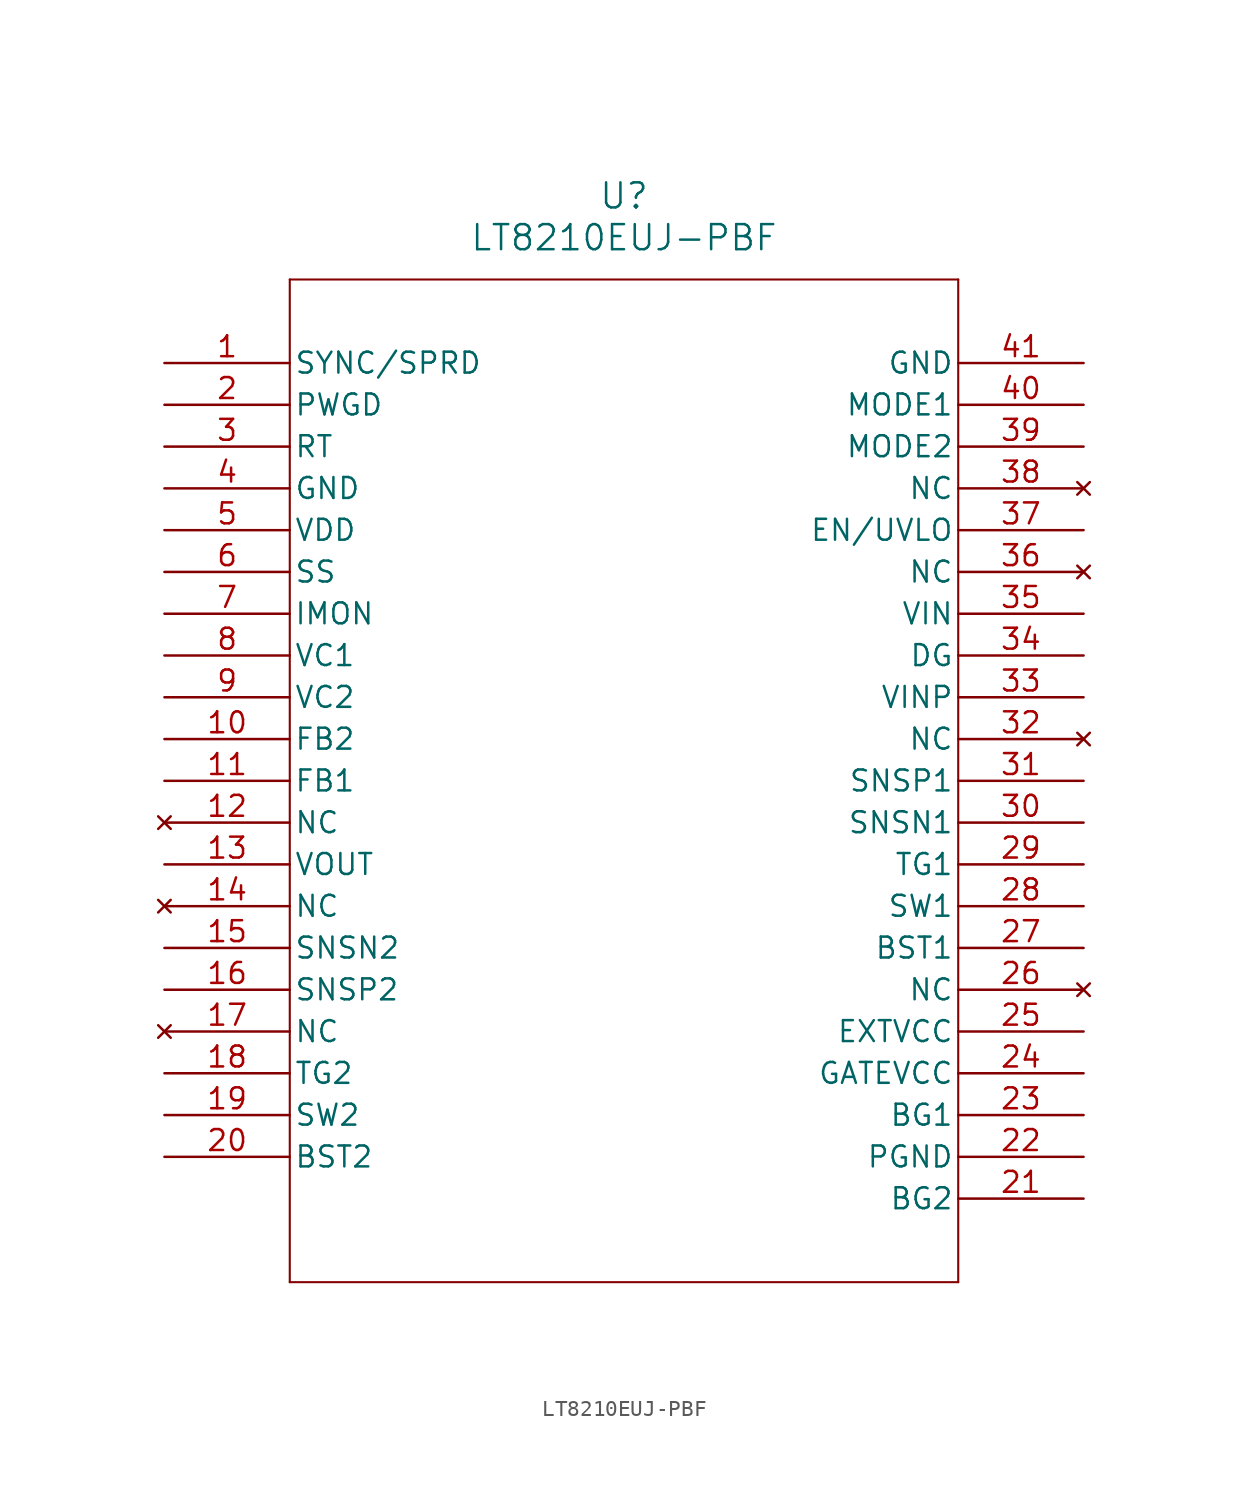
<source format=kicad_sym>
(kicad_symbol_lib
  (version 20211014)
  (generator kicad_symbol_editor)
  (symbol "LT8210EUJ-PBF"
    (pin_names
      (offset 0.254))
    (property "Reference" "U"
      (at 27.94 10.16 0)
      (effects (font (size 1.524 1.524))))
    (property "Value" "LT8210EUJ-PBF"
      (at 27.94 7.62 0)
      (effects (font (size 1.524 1.524))))
    (symbol "LT8210EUJ-PBF_0_1"
      (polyline (pts (xy 7.62 5.08) (xy 7.62 -55.88)) (stroke (width 0.127) (type default) (color 0 0 0 0)) (fill (type none)))
      (polyline (pts (xy 7.62 -55.88) (xy 48.26 -55.88)) (stroke (width 0.127) (type default) (color 0 0 0 0)) (fill (type none)))
      (polyline (pts (xy 48.26 -55.88) (xy 48.26 5.08)) (stroke (width 0.127) (type default) (color 0 0 0 0)) (fill (type none)))
      (polyline (pts (xy 48.26 5.08) (xy 7.62 5.08)) (stroke (width 0.127) (type default) (color 0 0 0 0)) (fill (type none)))
      (pin input line (at 0 0 0) (length 7.62) (name "SYNC/SPRD" (effects (font (size 1.27 1.27)))) (number "1" (effects (font (size 1.27 1.27)))))
      (pin output line (at 0 -2.54 0) (length 7.62) (name "PWGD" (effects (font (size 1.27 1.27)))) (number "2" (effects (font (size 1.27 1.27)))))
      (pin input line (at 0 -5.08 0) (length 7.62) (name "RT" (effects (font (size 1.27 1.27)))) (number "3" (effects (font (size 1.27 1.27)))))
      (pin power_out line (at 0 -7.62 0) (length 7.62) (name "GND" (effects (font (size 1.27 1.27)))) (number "4" (effects (font (size 1.27 1.27)))))
      (pin power_in line (at 0 -10.16 0) (length 7.62) (name "VDD" (effects (font (size 1.27 1.27)))) (number "5" (effects (font (size 1.27 1.27)))))
      (pin input line (at 0 -12.7 0) (length 7.62) (name "SS" (effects (font (size 1.27 1.27)))) (number "6" (effects (font (size 1.27 1.27)))))
      (pin output line (at 0 -15.24 0) (length 7.62) (name "IMON" (effects (font (size 1.27 1.27)))) (number "7" (effects (font (size 1.27 1.27)))))
      (pin output line (at 0 -17.78 0) (length 7.62) (name "VC1" (effects (font (size 1.27 1.27)))) (number "8" (effects (font (size 1.27 1.27)))))
      (pin output line (at 0 -20.32 0) (length 7.62) (name "VC2" (effects (font (size 1.27 1.27)))) (number "9" (effects (font (size 1.27 1.27)))))
      (pin input line (at 0 -22.86 0) (length 7.62) (name "FB2" (effects (font (size 1.27 1.27)))) (number "10" (effects (font (size 1.27 1.27)))))
      (pin input line (at 0 -25.4 0) (length 7.62) (name "FB1" (effects (font (size 1.27 1.27)))) (number "11" (effects (font (size 1.27 1.27)))))
      (pin no_connect line (at 0 -27.94 0) (length 7.62) (name "NC" (effects (font (size 1.27 1.27)))) (number "12" (effects (font (size 1.27 1.27)))))
      (pin output line (at 0 -30.48 0) (length 7.62) (name "VOUT" (effects (font (size 1.27 1.27)))) (number "13" (effects (font (size 1.27 1.27)))))
      (pin no_connect line (at 0 -33.02 0) (length 7.62) (name "NC" (effects (font (size 1.27 1.27)))) (number "14" (effects (font (size 1.27 1.27)))))
      (pin input line (at 0 -35.56 0) (length 7.62) (name "SNSN2" (effects (font (size 1.27 1.27)))) (number "15" (effects (font (size 1.27 1.27)))))
      (pin input line (at 0 -38.1 0) (length 7.62) (name "SNSP2" (effects (font (size 1.27 1.27)))) (number "16" (effects (font (size 1.27 1.27)))))
      (pin no_connect line (at 0 -40.64 0) (length 7.62) (name "NC" (effects (font (size 1.27 1.27)))) (number "17" (effects (font (size 1.27 1.27)))))
      (pin power_in line (at 0 -43.18 0) (length 7.62) (name "TG2" (effects (font (size 1.27 1.27)))) (number "18" (effects (font (size 1.27 1.27)))))
      (pin bidirectional line (at 0 -45.72 0) (length 7.62) (name "SW2" (effects (font (size 1.27 1.27)))) (number "19" (effects (font (size 1.27 1.27)))))
      (pin power_in line (at 0 -48.26 0) (length 7.62) (name "BST2" (effects (font (size 1.27 1.27)))) (number "20" (effects (font (size 1.27 1.27)))))
      (pin power_in line (at 55.88 -50.8 180) (length 7.62) (name "BG2" (effects (font (size 1.27 1.27)))) (number "21" (effects (font (size 1.27 1.27)))))
      (pin power_out line (at 55.88 -48.26 180) (length 7.62) (name "PGND" (effects (font (size 1.27 1.27)))) (number "22" (effects (font (size 1.27 1.27)))))
      (pin power_in line (at 55.88 -45.72 180) (length 7.62) (name "BG1" (effects (font (size 1.27 1.27)))) (number "23" (effects (font (size 1.27 1.27)))))
      (pin unspecified line (at 55.88 -43.18 180) (length 7.62) (name "GATEVCC" (effects (font (size 1.27 1.27)))) (number "24" (effects (font (size 1.27 1.27)))))
      (pin unspecified line (at 55.88 -40.64 180) (length 7.62) (name "EXTVCC" (effects (font (size 1.27 1.27)))) (number "25" (effects (font (size 1.27 1.27)))))
      (pin no_connect line (at 55.88 -38.1 180) (length 7.62) (name "NC" (effects (font (size 1.27 1.27)))) (number "26" (effects (font (size 1.27 1.27)))))
      (pin bidirectional line (at 55.88 -35.56 180) (length 7.62) (name "BST1" (effects (font (size 1.27 1.27)))) (number "27" (effects (font (size 1.27 1.27)))))
      (pin bidirectional line (at 55.88 -33.02 180) (length 7.62) (name "SW1" (effects (font (size 1.27 1.27)))) (number "28" (effects (font (size 1.27 1.27)))))
      (pin bidirectional line (at 55.88 -30.48 180) (length 7.62) (name "TG1" (effects (font (size 1.27 1.27)))) (number "29" (effects (font (size 1.27 1.27)))))
      (pin input line (at 55.88 -27.94 180) (length 7.62) (name "SNSN1" (effects (font (size 1.27 1.27)))) (number "30" (effects (font (size 1.27 1.27)))))
      (pin input line (at 55.88 -25.4 180) (length 7.62) (name "SNSP1" (effects (font (size 1.27 1.27)))) (number "31" (effects (font (size 1.27 1.27)))))
      (pin no_connect line (at 55.88 -22.86 180) (length 7.62) (name "NC" (effects (font (size 1.27 1.27)))) (number "32" (effects (font (size 1.27 1.27)))))
      (pin output line (at 55.88 -20.32 180) (length 7.62) (name "VINP" (effects (font (size 1.27 1.27)))) (number "33" (effects (font (size 1.27 1.27)))))
      (pin input line (at 55.88 -17.78 180) (length 7.62) (name "DG" (effects (font (size 1.27 1.27)))) (number "34" (effects (font (size 1.27 1.27)))))
      (pin power_in line (at 55.88 -15.24 180) (length 7.62) (name "VIN" (effects (font (size 1.27 1.27)))) (number "35" (effects (font (size 1.27 1.27)))))
      (pin no_connect line (at 55.88 -12.7 180) (length 7.62) (name "NC" (effects (font (size 1.27 1.27)))) (number "36" (effects (font (size 1.27 1.27)))))
      (pin input line (at 55.88 -10.16 180) (length 7.62) (name "EN/UVLO" (effects (font (size 1.27 1.27)))) (number "37" (effects (font (size 1.27 1.27)))))
      (pin no_connect line (at 55.88 -7.62 180) (length 7.62) (name "NC" (effects (font (size 1.27 1.27)))) (number "38" (effects (font (size 1.27 1.27)))))
      (pin input line (at 55.88 -5.08 180) (length 7.62) (name "MODE2" (effects (font (size 1.27 1.27)))) (number "39" (effects (font (size 1.27 1.27)))))
      (pin input line (at 55.88 -2.54 180) (length 7.62) (name "MODE1" (effects (font (size 1.27 1.27)))) (number "40" (effects (font (size 1.27 1.27)))))
      (pin power_out line (at 55.88 0 180) (length 7.62) (name "GND" (effects (font (size 1.27 1.27)))) (number "41" (effects (font (size 1.27 1.27))))))))
</source>
